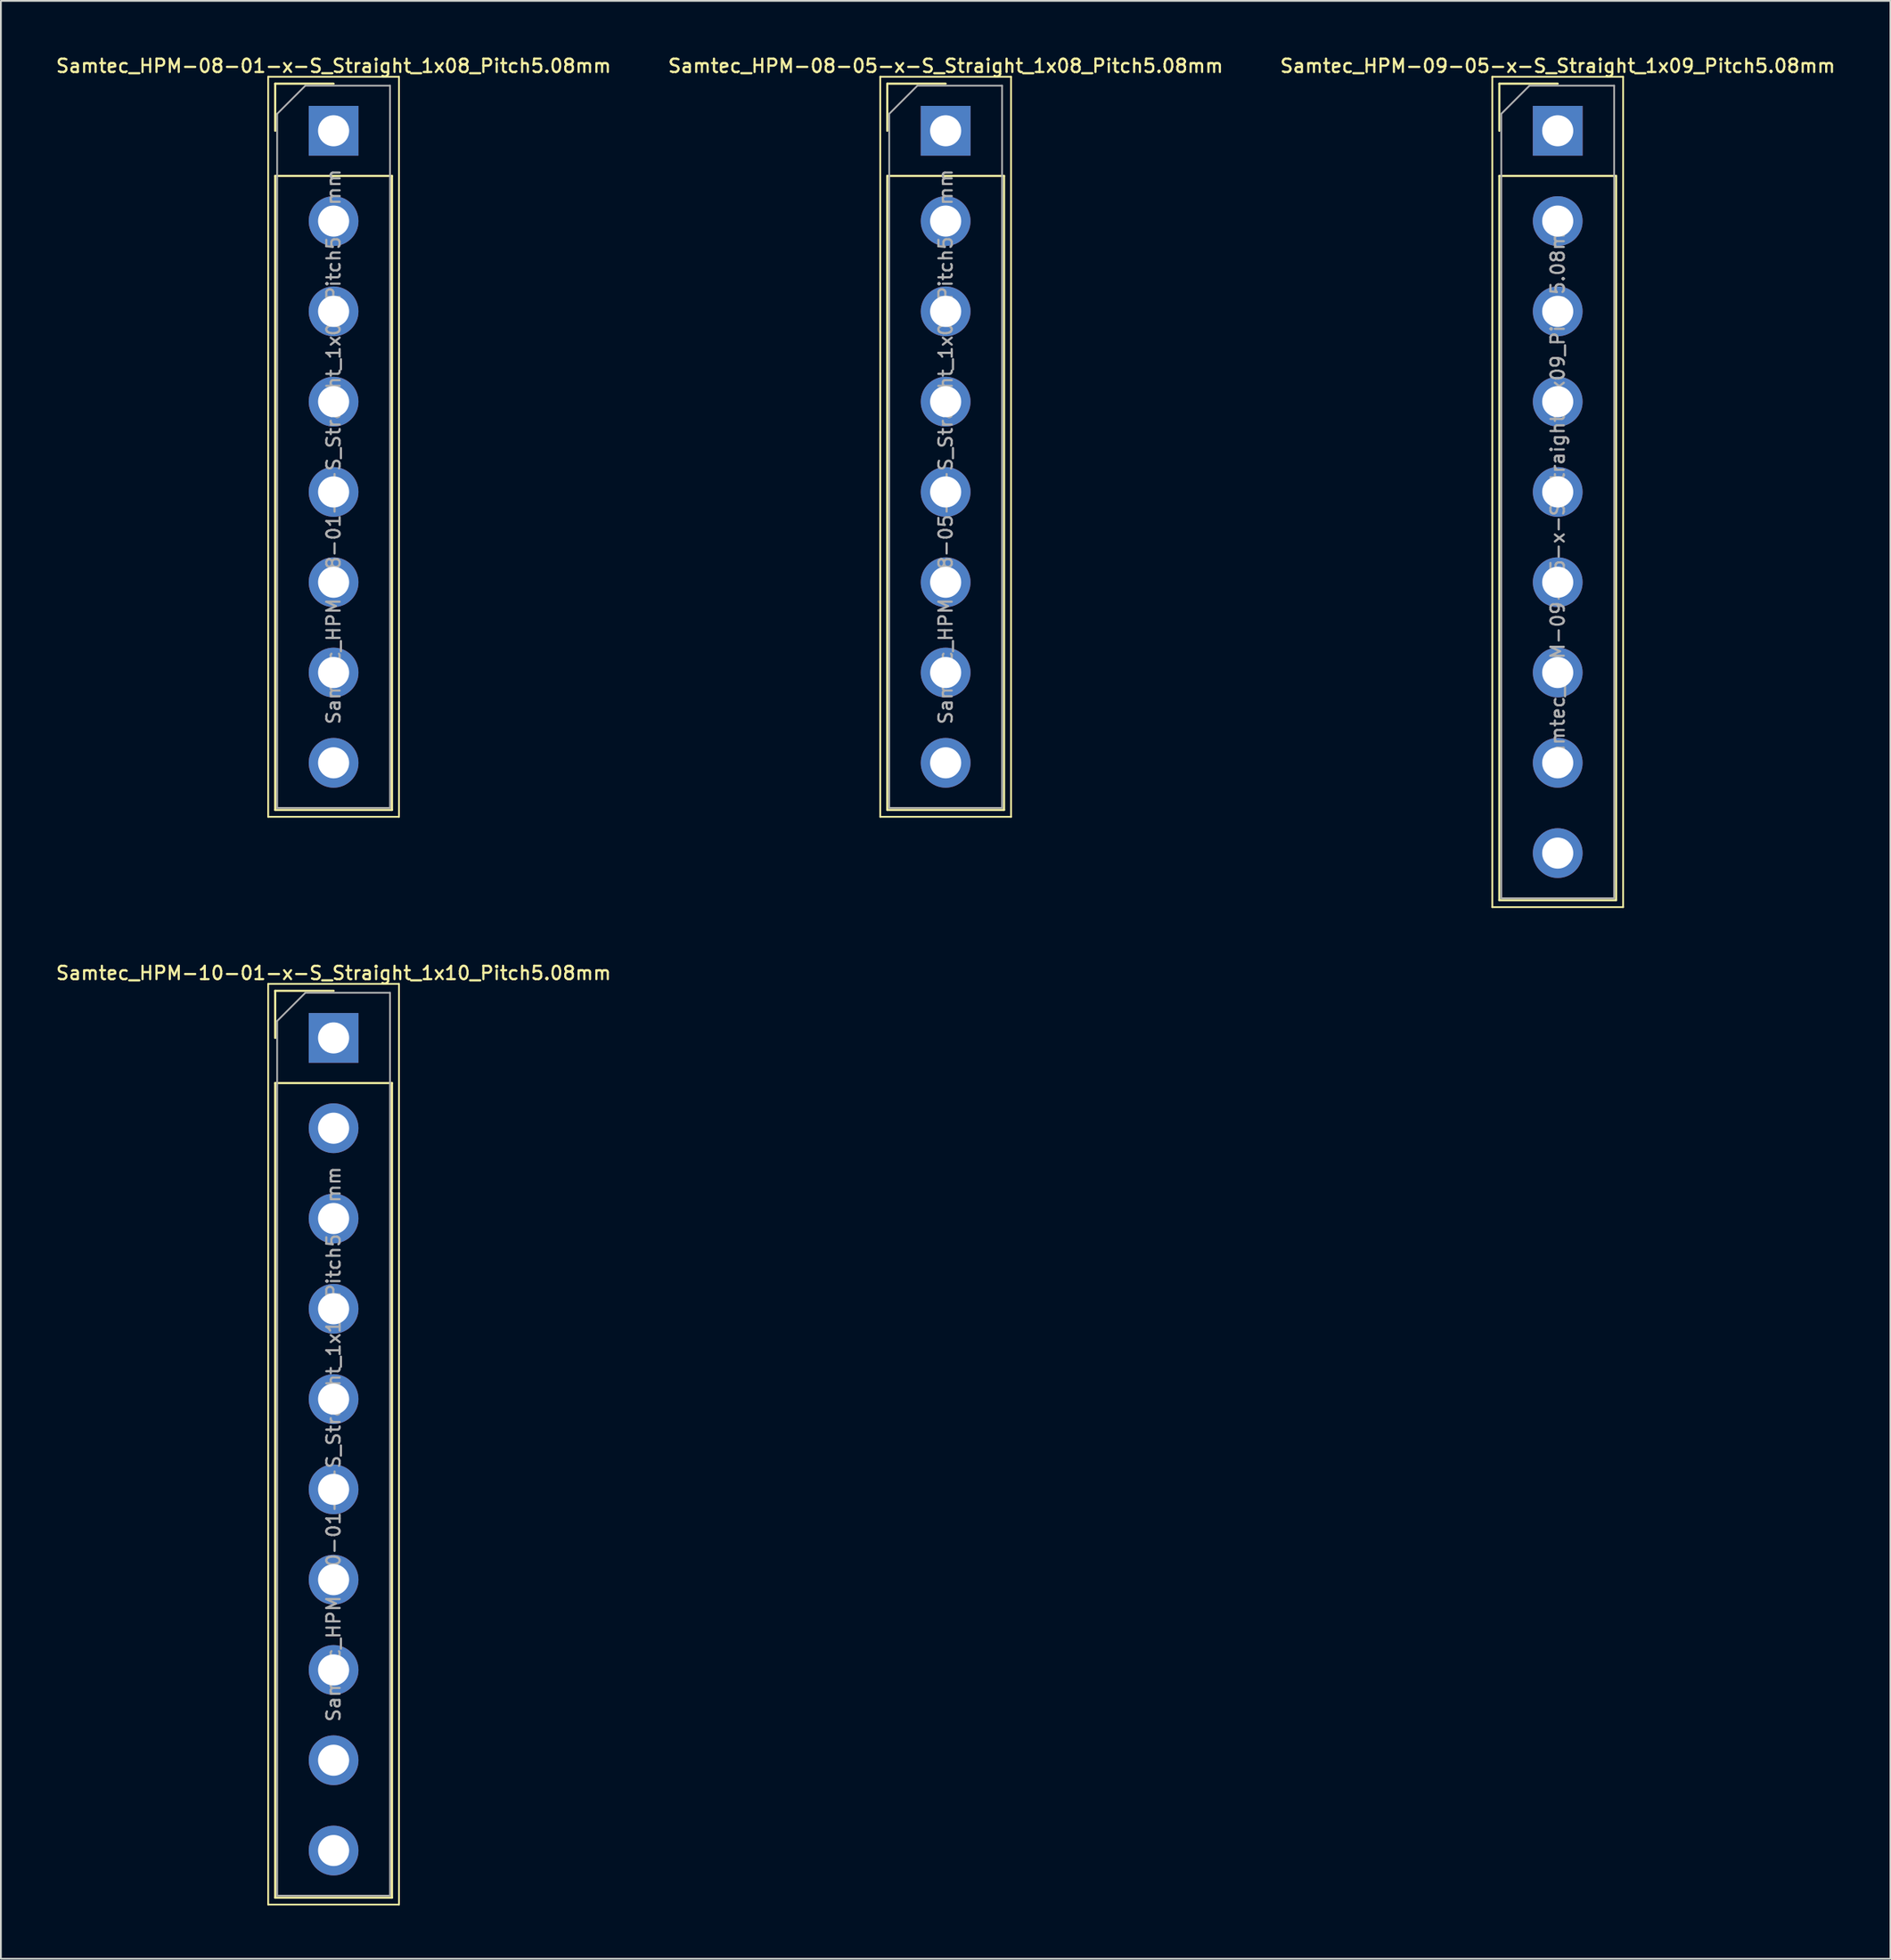
<source format=kicad_pcb>
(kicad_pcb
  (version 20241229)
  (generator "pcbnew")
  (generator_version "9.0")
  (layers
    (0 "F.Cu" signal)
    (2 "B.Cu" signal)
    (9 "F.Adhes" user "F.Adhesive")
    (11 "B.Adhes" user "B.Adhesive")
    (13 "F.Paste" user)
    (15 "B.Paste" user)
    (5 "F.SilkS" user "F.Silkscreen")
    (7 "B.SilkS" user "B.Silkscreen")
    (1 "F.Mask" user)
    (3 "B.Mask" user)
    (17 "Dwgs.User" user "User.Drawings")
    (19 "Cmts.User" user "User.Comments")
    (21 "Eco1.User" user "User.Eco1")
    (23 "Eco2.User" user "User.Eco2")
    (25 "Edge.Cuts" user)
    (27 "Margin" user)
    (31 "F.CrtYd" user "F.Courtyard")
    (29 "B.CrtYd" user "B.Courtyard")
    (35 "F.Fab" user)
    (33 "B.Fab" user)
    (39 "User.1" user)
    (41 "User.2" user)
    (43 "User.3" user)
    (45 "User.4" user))
  (footprint "Samtec_HPM-08-05-x-S_Straight_1x08_Pitch5.08mm"
    (layer "F.Cu")
    (at 50.159 4.308)
    (property "Reference" "Samtec_HPM-08-05-x-S_Straight_1x08_Pitch5.08mm" (at 0 -3.65 0) (layer "F.SilkS") (effects (font (size 0.75 0.75) (thickness 0.125))))
    (attr through_hole)
    (fp_line (start -3.68 -3.04) (end -3.68 38.6) (stroke (width 0.1) (type solid)) (layer "F.SilkS"))
    (fp_line (start -3.68 38.6) (end 3.68 38.6) (stroke (width 0.1) (type solid)) (layer "F.SilkS"))
    (fp_line (start -3.285 -2.65) (end 0 -2.65) (stroke (width 0.12) (type solid)) (layer "F.SilkS"))
    (fp_line (start -3.285 0) (end -3.285 -2.65) (stroke (width 0.12) (type solid)) (layer "F.SilkS"))
    (fp_line (start -3.285 2.54) (end -3.285 38.21) (stroke (width 0.12) (type solid)) (layer "F.SilkS"))
    (fp_line (start -3.285 2.54) (end 3.285 2.54) (stroke (width 0.12) (type solid)) (layer "F.SilkS"))
    (fp_line (start -3.285 38.21) (end 3.285 38.21) (stroke (width 0.12) (type solid)) (layer "F.SilkS"))
    (fp_line (start 3.285 2.54) (end 3.285 38.21) (stroke (width 0.12) (type solid)) (layer "F.SilkS"))
    (fp_line (start 3.68 -3.04) (end -3.68 -3.04) (stroke (width 0.1) (type solid)) (layer "F.SilkS"))
    (fp_line (start 3.68 38.6) (end 3.68 -3.04) (stroke (width 0.1) (type solid)) (layer "F.SilkS"))
    (fp_line (start -3.175 -0.953) (end -1.587 -2.54) (stroke (width 0.1) (type solid)) (layer "F.Fab"))
    (fp_line (start -3.175 38.1) (end -3.175 -0.953) (stroke (width 0.1) (type solid)) (layer "F.Fab"))
    (fp_line (start -1.587 -2.54) (end 3.175 -2.54) (stroke (width 0.1) (type solid)) (layer "F.Fab"))
    (fp_line (start 3.175 -2.54) (end 3.175 38.1) (stroke (width 0.1) (type solid)) (layer "F.Fab"))
    (fp_line (start 3.175 38.1) (end -3.175 38.1) (stroke (width 0.1) (type solid)) (layer "F.Fab"))
    (fp_text user "${REFERENCE}" (at 0 17.78 90) (layer "F.Fab") (effects (font (size 0.75 0.75) (thickness 0.125))))
    (pad "1" thru_hole rect (at 0 0) (size 2.8 2.8) (drill 1.75) (layers "*.Cu" "*.Mask"))
    (pad "2" thru_hole circle (at 0 5.08) (size 2.8 2.8) (drill 1.75) (layers "*.Cu" "*.Mask"))
    (pad "3" thru_hole circle (at 0 10.16) (size 2.8 2.8) (drill 1.75) (layers "*.Cu" "*.Mask"))
    (pad "4" thru_hole circle (at 0 15.24) (size 2.8 2.8) (drill 1.75) (layers "*.Cu" "*.Mask"))
    (pad "5" thru_hole circle (at 0 20.32) (size 2.8 2.8) (drill 1.75) (layers "*.Cu" "*.Mask"))
    (pad "6" thru_hole circle (at 0 25.4) (size 2.8 2.8) (drill 1.75) (layers "*.Cu" "*.Mask"))
    (pad "7" thru_hole circle (at 0 30.48) (size 2.8 2.8) (drill 1.75) (layers "*.Cu" "*.Mask"))
    (pad "8" thru_hole circle (at 0 35.56) (size 2.8 2.8) (drill 1.75) (layers "*.Cu" "*.Mask")))
  (footprint "Samtec_HPM-10-01-x-S_Straight_1x10_Pitch5.08mm"
    (layer "F.Cu")
    (at 15.72 55.346)
    (property "Reference" "Samtec_HPM-10-01-x-S_Straight_1x10_Pitch5.08mm" (at 0 -3.65 0) (layer "F.SilkS") (effects (font (size 0.75 0.75) (thickness 0.125))))
    (attr through_hole)
    (fp_line (start -3.68 -3.04) (end -3.68 48.76) (stroke (width 0.1) (type solid)) (layer "F.SilkS"))
    (fp_line (start -3.68 48.76) (end 3.68 48.76) (stroke (width 0.1) (type solid)) (layer "F.SilkS"))
    (fp_line (start -3.285 -2.65) (end 0 -2.65) (stroke (width 0.12) (type solid)) (layer "F.SilkS"))
    (fp_line (start -3.285 0) (end -3.285 -2.65) (stroke (width 0.12) (type solid)) (layer "F.SilkS"))
    (fp_line (start -3.285 2.54) (end -3.285 48.37) (stroke (width 0.12) (type solid)) (layer "F.SilkS"))
    (fp_line (start -3.285 2.54) (end 3.285 2.54) (stroke (width 0.12) (type solid)) (layer "F.SilkS"))
    (fp_line (start -3.285 48.37) (end 3.285 48.37) (stroke (width 0.12) (type solid)) (layer "F.SilkS"))
    (fp_line (start 3.285 2.54) (end 3.285 48.37) (stroke (width 0.12) (type solid)) (layer "F.SilkS"))
    (fp_line (start 3.68 -3.04) (end -3.68 -3.04) (stroke (width 0.1) (type solid)) (layer "F.SilkS"))
    (fp_line (start 3.68 48.76) (end 3.68 -3.04) (stroke (width 0.1) (type solid)) (layer "F.SilkS"))
    (fp_line (start -3.175 -0.953) (end -1.587 -2.54) (stroke (width 0.1) (type solid)) (layer "F.Fab"))
    (fp_line (start -3.175 48.26) (end -3.175 -0.953) (stroke (width 0.1) (type solid)) (layer "F.Fab"))
    (fp_line (start -1.587 -2.54) (end 3.175 -2.54) (stroke (width 0.1) (type solid)) (layer "F.Fab"))
    (fp_line (start 3.175 -2.54) (end 3.175 48.26) (stroke (width 0.1) (type solid)) (layer "F.Fab"))
    (fp_line (start 3.175 48.26) (end -3.175 48.26) (stroke (width 0.1) (type solid)) (layer "F.Fab"))
    (fp_text user "${REFERENCE}" (at 0 22.86 90) (layer "F.Fab") (effects (font (size 0.75 0.75) (thickness 0.125))))
    (pad "1" thru_hole rect (at 0 0) (size 2.8 2.8) (drill 1.75) (layers "*.Cu" "*.Mask"))
    (pad "2" thru_hole circle (at 0 5.08) (size 2.8 2.8) (drill 1.75) (layers "*.Cu" "*.Mask"))
    (pad "3" thru_hole circle (at 0 10.16) (size 2.8 2.8) (drill 1.75) (layers "*.Cu" "*.Mask"))
    (pad "4" thru_hole circle (at 0 15.24) (size 2.8 2.8) (drill 1.75) (layers "*.Cu" "*.Mask"))
    (pad "5" thru_hole circle (at 0 20.32) (size 2.8 2.8) (drill 1.75) (layers "*.Cu" "*.Mask"))
    (pad "6" thru_hole circle (at 0 25.4) (size 2.8 2.8) (drill 1.75) (layers "*.Cu" "*.Mask"))
    (pad "7" thru_hole circle (at 0 30.48) (size 2.8 2.8) (drill 1.75) (layers "*.Cu" "*.Mask"))
    (pad "8" thru_hole circle (at 0 35.56) (size 2.8 2.8) (drill 1.75) (layers "*.Cu" "*.Mask"))
    (pad "9" thru_hole circle (at 0 40.64) (size 2.8 2.8) (drill 1.75) (layers "*.Cu" "*.Mask"))
    (pad "10" thru_hole circle (at 0 45.72) (size 2.8 2.8) (drill 1.75) (layers "*.Cu" "*.Mask")))
  (footprint "Samtec_HPM-09-05-x-S_Straight_1x09_Pitch5.08mm"
    (layer "F.Cu")
    (at 84.598 4.308)
    (property "Reference" "Samtec_HPM-09-05-x-S_Straight_1x09_Pitch5.08mm" (at 0 -3.65 0) (layer "F.SilkS") (effects (font (size 0.75 0.75) (thickness 0.125))))
    (attr through_hole)
    (fp_line (start -3.68 -3.04) (end -3.68 43.68) (stroke (width 0.1) (type solid)) (layer "F.SilkS"))
    (fp_line (start -3.68 43.68) (end 3.68 43.68) (stroke (width 0.1) (type solid)) (layer "F.SilkS"))
    (fp_line (start -3.285 -2.65) (end 0 -2.65) (stroke (width 0.12) (type solid)) (layer "F.SilkS"))
    (fp_line (start -3.285 0) (end -3.285 -2.65) (stroke (width 0.12) (type solid)) (layer "F.SilkS"))
    (fp_line (start -3.285 2.54) (end -3.285 43.29) (stroke (width 0.12) (type solid)) (layer "F.SilkS"))
    (fp_line (start -3.285 2.54) (end 3.285 2.54) (stroke (width 0.12) (type solid)) (layer "F.SilkS"))
    (fp_line (start -3.285 43.29) (end 3.285 43.29) (stroke (width 0.12) (type solid)) (layer "F.SilkS"))
    (fp_line (start 3.285 2.54) (end 3.285 43.29) (stroke (width 0.12) (type solid)) (layer "F.SilkS"))
    (fp_line (start 3.68 -3.04) (end -3.68 -3.04) (stroke (width 0.1) (type solid)) (layer "F.SilkS"))
    (fp_line (start 3.68 43.68) (end 3.68 -3.04) (stroke (width 0.1) (type solid)) (layer "F.SilkS"))
    (fp_line (start -3.175 -0.953) (end -1.587 -2.54) (stroke (width 0.1) (type solid)) (layer "F.Fab"))
    (fp_line (start -3.175 43.18) (end -3.175 -0.953) (stroke (width 0.1) (type solid)) (layer "F.Fab"))
    (fp_line (start -1.587 -2.54) (end 3.175 -2.54) (stroke (width 0.1) (type solid)) (layer "F.Fab"))
    (fp_line (start 3.175 -2.54) (end 3.175 43.18) (stroke (width 0.1) (type solid)) (layer "F.Fab"))
    (fp_line (start 3.175 43.18) (end -3.175 43.18) (stroke (width 0.1) (type solid)) (layer "F.Fab"))
    (fp_text user "${REFERENCE}" (at 0 20.32 90) (layer "F.Fab") (effects (font (size 0.75 0.75) (thickness 0.125))))
    (pad "1" thru_hole rect (at 0 0) (size 2.8 2.8) (drill 1.75) (layers "*.Cu" "*.Mask"))
    (pad "2" thru_hole circle (at 0 5.08) (size 2.8 2.8) (drill 1.75) (layers "*.Cu" "*.Mask"))
    (pad "3" thru_hole circle (at 0 10.16) (size 2.8 2.8) (drill 1.75) (layers "*.Cu" "*.Mask"))
    (pad "4" thru_hole circle (at 0 15.24) (size 2.8 2.8) (drill 1.75) (layers "*.Cu" "*.Mask"))
    (pad "5" thru_hole circle (at 0 20.32) (size 2.8 2.8) (drill 1.75) (layers "*.Cu" "*.Mask"))
    (pad "6" thru_hole circle (at 0 25.4) (size 2.8 2.8) (drill 1.75) (layers "*.Cu" "*.Mask"))
    (pad "7" thru_hole circle (at 0 30.48) (size 2.8 2.8) (drill 1.75) (layers "*.Cu" "*.Mask"))
    (pad "8" thru_hole circle (at 0 35.56) (size 2.8 2.8) (drill 1.75) (layers "*.Cu" "*.Mask"))
    (pad "9" thru_hole circle (at 0 40.64) (size 2.8 2.8) (drill 1.75) (layers "*.Cu" "*.Mask")))
  (footprint "Samtec_HPM-08-01-x-S_Straight_1x08_Pitch5.08mm"
    (layer "F.Cu")
    (at 15.72 4.308)
    (property "Reference" "Samtec_HPM-08-01-x-S_Straight_1x08_Pitch5.08mm" (at 0 -3.65 0) (layer "F.SilkS") (effects (font (size 0.75 0.75) (thickness 0.125))))
    (attr through_hole)
    (fp_line (start -3.68 -3.04) (end -3.68 38.6) (stroke (width 0.1) (type solid)) (layer "F.SilkS"))
    (fp_line (start -3.68 38.6) (end 3.68 38.6) (stroke (width 0.1) (type solid)) (layer "F.SilkS"))
    (fp_line (start -3.285 -2.65) (end 0 -2.65) (stroke (width 0.12) (type solid)) (layer "F.SilkS"))
    (fp_line (start -3.285 0) (end -3.285 -2.65) (stroke (width 0.12) (type solid)) (layer "F.SilkS"))
    (fp_line (start -3.285 2.54) (end -3.285 38.21) (stroke (width 0.12) (type solid)) (layer "F.SilkS"))
    (fp_line (start -3.285 2.54) (end 3.285 2.54) (stroke (width 0.12) (type solid)) (layer "F.SilkS"))
    (fp_line (start -3.285 38.21) (end 3.285 38.21) (stroke (width 0.12) (type solid)) (layer "F.SilkS"))
    (fp_line (start 3.285 2.54) (end 3.285 38.21) (stroke (width 0.12) (type solid)) (layer "F.SilkS"))
    (fp_line (start 3.68 -3.04) (end -3.68 -3.04) (stroke (width 0.1) (type solid)) (layer "F.SilkS"))
    (fp_line (start 3.68 38.6) (end 3.68 -3.04) (stroke (width 0.1) (type solid)) (layer "F.SilkS"))
    (fp_line (start -3.175 -0.953) (end -1.587 -2.54) (stroke (width 0.1) (type solid)) (layer "F.Fab"))
    (fp_line (start -3.175 38.1) (end -3.175 -0.953) (stroke (width 0.1) (type solid)) (layer "F.Fab"))
    (fp_line (start -1.587 -2.54) (end 3.175 -2.54) (stroke (width 0.1) (type solid)) (layer "F.Fab"))
    (fp_line (start 3.175 -2.54) (end 3.175 38.1) (stroke (width 0.1) (type solid)) (layer "F.Fab"))
    (fp_line (start 3.175 38.1) (end -3.175 38.1) (stroke (width 0.1) (type solid)) (layer "F.Fab"))
    (fp_text user "${REFERENCE}" (at 0 17.78 90) (layer "F.Fab") (effects (font (size 0.75 0.75) (thickness 0.125))))
    (pad "1" thru_hole rect (at 0 0) (size 2.8 2.8) (drill 1.75) (layers "*.Cu" "*.Mask"))
    (pad "2" thru_hole circle (at 0 5.08) (size 2.8 2.8) (drill 1.75) (layers "*.Cu" "*.Mask"))
    (pad "3" thru_hole circle (at 0 10.16) (size 2.8 2.8) (drill 1.75) (layers "*.Cu" "*.Mask"))
    (pad "4" thru_hole circle (at 0 15.24) (size 2.8 2.8) (drill 1.75) (layers "*.Cu" "*.Mask"))
    (pad "5" thru_hole circle (at 0 20.32) (size 2.8 2.8) (drill 1.75) (layers "*.Cu" "*.Mask"))
    (pad "6" thru_hole circle (at 0 25.4) (size 2.8 2.8) (drill 1.75) (layers "*.Cu" "*.Mask"))
    (pad "7" thru_hole circle (at 0 30.48) (size 2.8 2.8) (drill 1.75) (layers "*.Cu" "*.Mask"))
    (pad "8" thru_hole circle (at 0 35.56) (size 2.8 2.8) (drill 1.75) (layers "*.Cu" "*.Mask")))
  (gr_rect
    (start -3 -3)
    (end 103.318 107.156)
    (stroke (width 0.1) (type default))
    (fill no)
    (layer "Edge.Cuts")))
</source>
